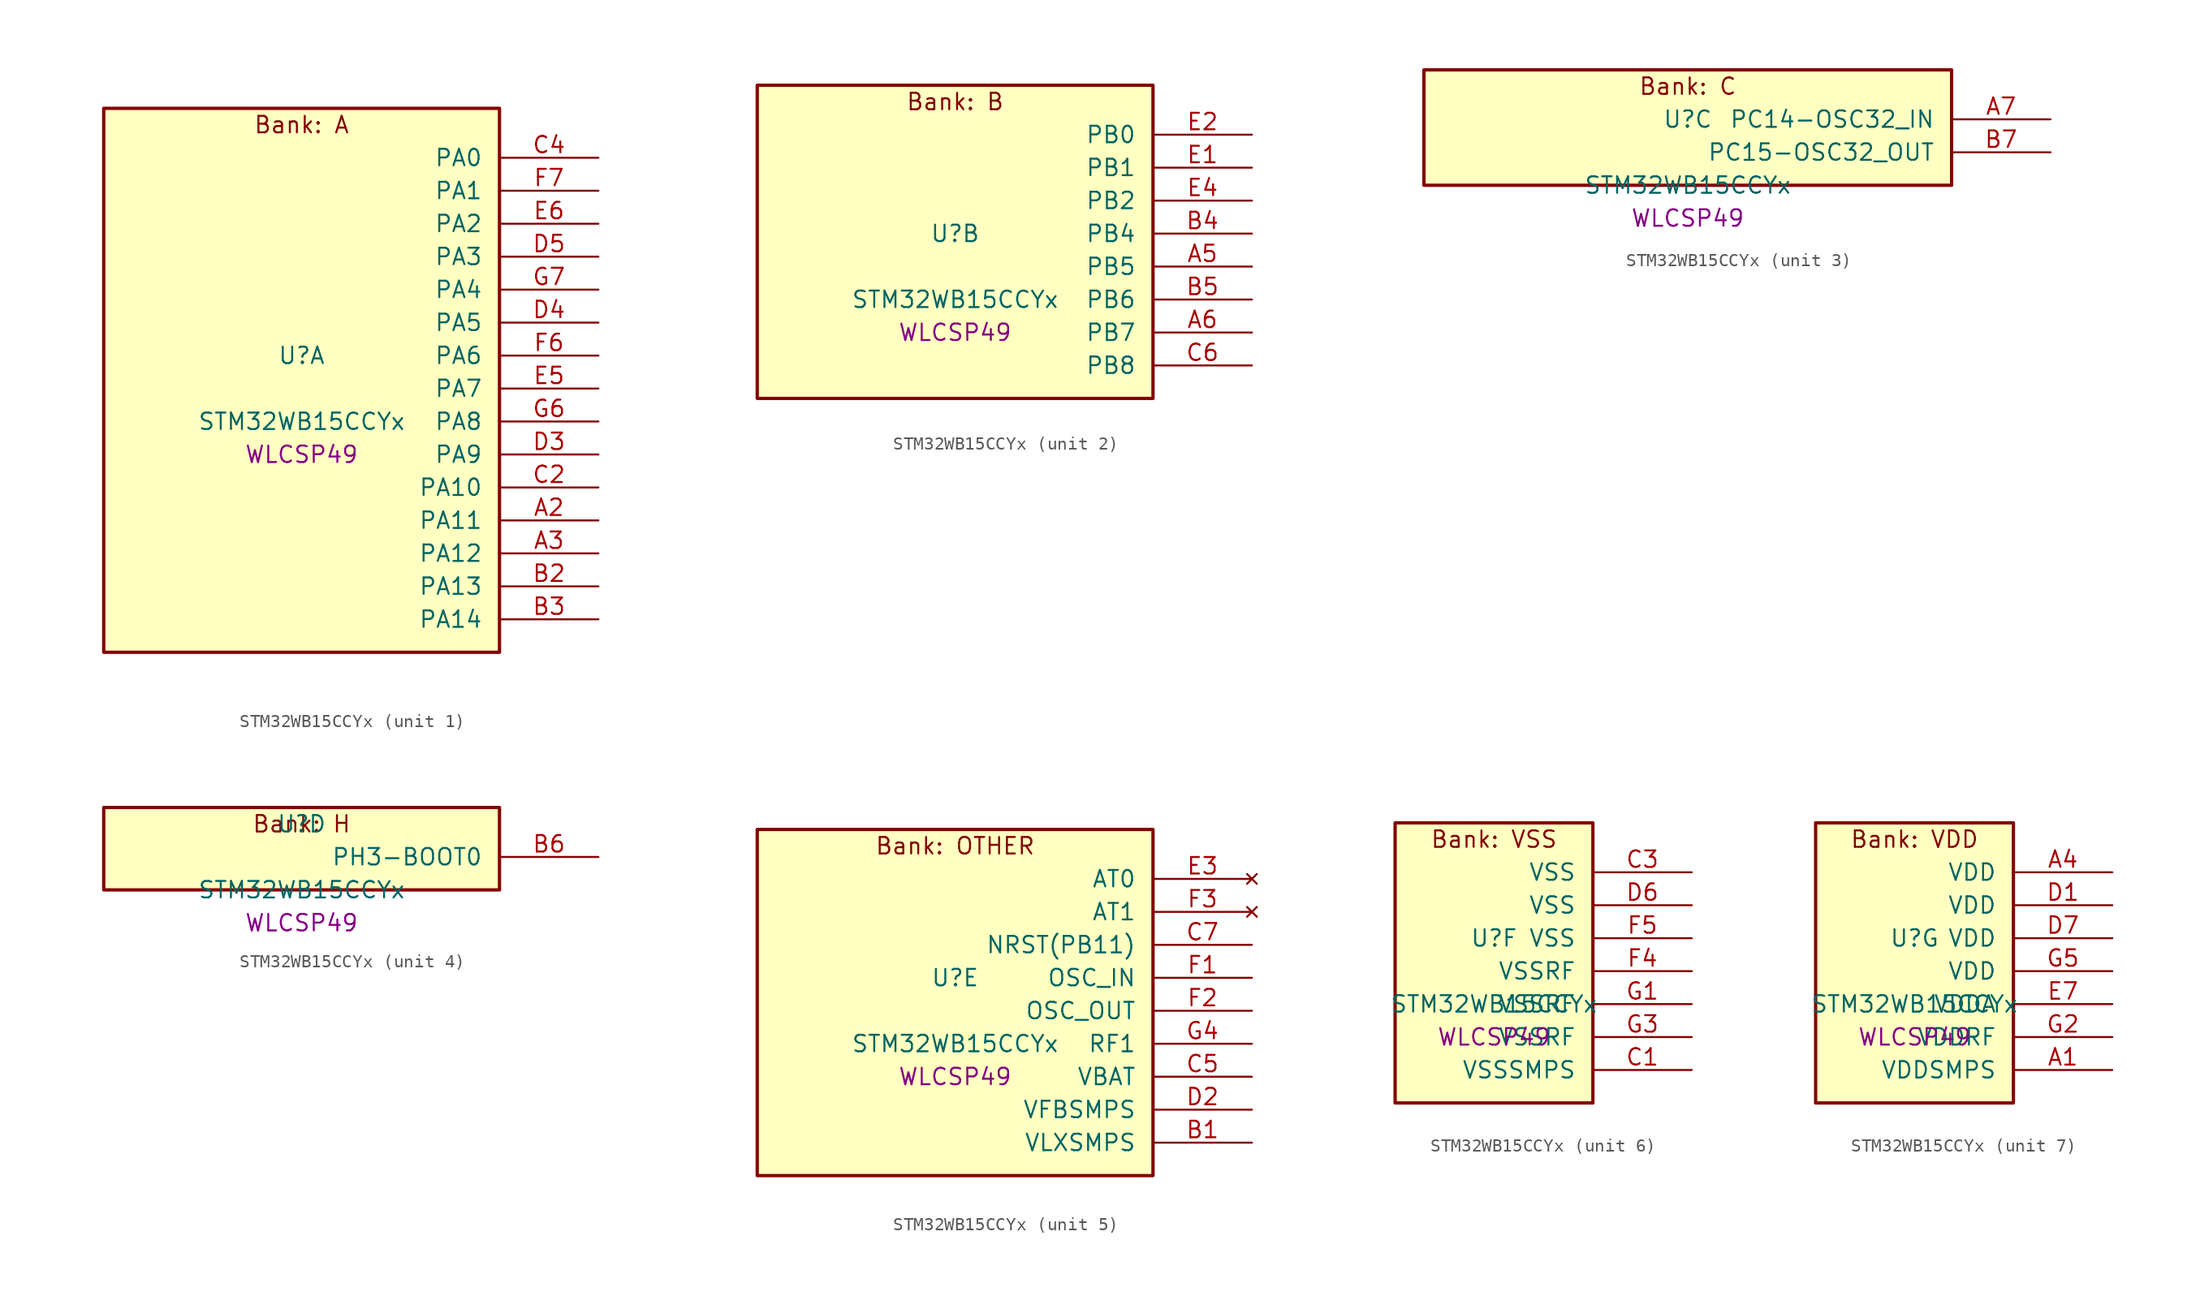
<source format=kicad_sym>
(kicad_symbol_lib
  (version 20241209)
  (generator "stm32_pkl_generator")
  (generator_version "1.0")
  (symbol "STM32WB15CCYx"
    (pin_names
      (offset 1.27))
    (property "Reference" "U"
      (at 0 2.54 0))
    (property "Value" "STM32WB15CCYx"
      (at 0 -2.54 0))
    (property "Footprint" "WLCSP49"
      (at 0 -5.08 0))
    (symbol "STM32WB15CCYx_1_1"
      (rectangle (start -15.24 21.59) (end 15.24 -20.32) (stroke (width 0.254) (type solid)) (fill (type background)))
      (text "Bank: A" (at 0 20.32 0))
      (pin bidirectional line (at 22.86 17.78 180) (length 7.62) (name "PA0") (number "C4") (alternate "PA0/ADC1_IN5" bidirectional line) (alternate "PA0/COMP1_INM" bidirectional line) (alternate "PA0/COMP1_OUT" bidirectional line) (alternate "PA0/RTC_TAMP2" bidirectional line) (alternate "PA0/SYS_WKUP1" bidirectional line) (alternate "PA0/TIM2_CH1" bidirectional line) (alternate "PA0/TIM2_ETR" bidirectional line))
      (pin bidirectional line (at 22.86 15.24 180) (length 7.62) (name "PA1") (number "F7") (alternate "PA1/ADC1_IN6" bidirectional line) (alternate "PA1/COMP1_INP" bidirectional line) (alternate "PA1/I2C1_SMBA" bidirectional line) (alternate "PA1/SPI1_SCK" bidirectional line) (alternate "PA1/TIM2_CH2" bidirectional line))
      (pin bidirectional line (at 22.86 12.7 180) (length 7.62) (name "PA2") (number "E6") (alternate "PA2/ADC1_IN7" bidirectional line) (alternate "PA2/LPUART1_TX" bidirectional line) (alternate "PA2/RCC_LSCO" bidirectional line) (alternate "PA2/SYS_WKUP4" bidirectional line) (alternate "PA2/TIM2_CH3" bidirectional line))
      (pin bidirectional line (at 22.86 10.16 180) (length 7.62) (name "PA3") (number "D5") (alternate "PA3/ADC1_IN8" bidirectional line) (alternate "PA3/LPUART1_RX" bidirectional line) (alternate "PA3/TIM2_CH4" bidirectional line))
      (pin bidirectional line (at 22.86 7.62 180) (length 7.62) (name "PA4") (number "G7") (alternate "PA4/ADC1_IN9" bidirectional line) (alternate "PA4/COMP1_INM" bidirectional line) (alternate "PA4/LPTIM2_OUT" bidirectional line) (alternate "PA4/SPI1_NSS" bidirectional line))
      (pin bidirectional line (at 22.86 5.08 180) (length 7.62) (name "PA5") (number "D4") (alternate "PA5/ADC1_IN10" bidirectional line) (alternate "PA5/COMP1_INM" bidirectional line) (alternate "PA5/LPTIM2_ETR" bidirectional line) (alternate "PA5/SPI1_MOSI" bidirectional line) (alternate "PA5/SPI1_SCK" bidirectional line) (alternate "PA5/TIM2_CH1" bidirectional line) (alternate "PA5/TIM2_ETR" bidirectional line))
      (pin bidirectional line (at 22.86 2.54 180) (length 7.62) (name "PA6") (number "F6") (alternate "PA6/ADC1_IN11" bidirectional line) (alternate "PA6/LPUART1_CTS" bidirectional line) (alternate "PA6/SPI1_MISO" bidirectional line) (alternate "PA6/TIM1_BKIN" bidirectional line))
      (pin bidirectional line (at 22.86 0 180) (length 7.62) (name "PA7") (number "E5") (alternate "PA7/ADC1_IN2" bidirectional line) (alternate "PA7/SPI1_MOSI" bidirectional line) (alternate "PA7/TIM1_CH1N" bidirectional line))
      (pin bidirectional line (at 22.86 -2.54 180) (length 7.62) (name "PA8") (number "G6") (alternate "PA8/ADC1_IN3" bidirectional line) (alternate "PA8/LPTIM2_OUT" bidirectional line) (alternate "PA8/RCC_MCO" bidirectional line) (alternate "PA8/TIM1_CH1" bidirectional line) (alternate "PA8/USART1_CK" bidirectional line))
      (pin bidirectional line (at 22.86 -5.08 180) (length 7.62) (name "PA9") (number "D3") (alternate "PA9/ADC1_IN4" bidirectional line) (alternate "PA9/COMP1_INM" bidirectional line) (alternate "PA9/I2C1_SCL" bidirectional line) (alternate "PA9/TIM1_CH2" bidirectional line) (alternate "PA9/USART1_TX" bidirectional line))
      (pin bidirectional line (at 22.86 -7.62 180) (length 7.62) (name "PA10") (number "C2") (alternate "PA10/I2C1_SDA" bidirectional line) (alternate "PA10/TIM1_CH3" bidirectional line) (alternate "PA10/TSC_G7_IO2" bidirectional line) (alternate "PA10/USART1_RX" bidirectional line))
      (pin bidirectional line (at 22.86 -10.16 180) (length 7.62) (name "PA11") (number "A2") (alternate "PA11/ADC1_EXTI11" bidirectional line) (alternate "PA11/SPI1_MISO" bidirectional line) (alternate "PA11/TIM1_BKIN2" bidirectional line) (alternate "PA11/TIM1_CH4" bidirectional line) (alternate "PA11/USART1_CTS" bidirectional line) (alternate "PA11/USART1_NSS" bidirectional line))
      (pin bidirectional line (at 22.86 -12.7 180) (length 7.62) (name "PA12") (number "A3") (alternate "PA12/LPUART1_RX" bidirectional line) (alternate "PA12/SPI1_MOSI" bidirectional line) (alternate "PA12/TIM1_ETR" bidirectional line) (alternate "PA12/USART1_DE" bidirectional line) (alternate "PA12/USART1_RTS" bidirectional line))
      (pin bidirectional line (at 22.86 -15.24 180) (length 7.62) (name "PA13") (number "B2") (alternate "PA13/SPI1_MOSI" bidirectional line) (alternate "PA13/SYS_JTMS-SWDIO" bidirectional line) (alternate "PA13/TSC_G7_IO1" bidirectional line))
      (pin bidirectional line (at 22.86 -17.78 180) (length 7.62) (name "PA14") (number "B3") (alternate "PA14/I2C1_SMBA" bidirectional line) (alternate "PA14/LPTIM1_OUT" bidirectional line) (alternate "PA14/SPI1_NSS" bidirectional line) (alternate "PA14/SYS_JTCK-SWCLK" bidirectional line)))
    (symbol "STM32WB15CCYx_2_1"
      (rectangle (start -15.24 13.97) (end 15.24 -10.16) (stroke (width 0.254) (type solid)) (fill (type background)))
      (text "Bank: B" (at 0 12.7 0))
      (pin bidirectional line (at 22.86 10.16 180) (length 7.62) (name "PB0") (number "E2") (alternate "PB0/COMP1_OUT" bidirectional line) (alternate "PB0/RF_TX_MOD_EXT_PA" bidirectional line))
      (pin bidirectional line (at 22.86 7.62 180) (length 7.62) (name "PB1") (number "E1") (alternate "PB1/LPTIM2_IN1" bidirectional line) (alternate "PB1/LPUART1_DE" bidirectional line) (alternate "PB1/LPUART1_RTS" bidirectional line))
      (pin bidirectional line (at 22.86 5.08 180) (length 7.62) (name "PB2") (number "E4") (alternate "PB2/COMP1_INP" bidirectional line) (alternate "PB2/LPTIM1_OUT" bidirectional line) (alternate "PB2/RTC_OUT" bidirectional line) (alternate "PB2/SPI1_NSS" bidirectional line))
      (pin bidirectional line (at 22.86 2.54 180) (length 7.62) (name "PB4") (number "B4") (alternate "PB4/SPI1_MISO" bidirectional line) (alternate "PB4/SYS_JTRST" bidirectional line) (alternate "PB4/TSC_G2_IO1" bidirectional line) (alternate "PB4/USART1_CTS" bidirectional line) (alternate "PB4/USART1_NSS" bidirectional line))
      (pin bidirectional line (at 22.86 0 180) (length 7.62) (name "PB5") (number "A5") (alternate "PB5/I2C1_SMBA" bidirectional line) (alternate "PB5/LPTIM1_IN1" bidirectional line) (alternate "PB5/LPUART1_TX" bidirectional line) (alternate "PB5/SPI1_MOSI" bidirectional line) (alternate "PB5/TSC_G2_IO2" bidirectional line) (alternate "PB5/USART1_CK" bidirectional line))
      (pin bidirectional line (at 22.86 -2.54 180) (length 7.62) (name "PB6") (number "B5") (alternate "PB6/I2C1_SCL" bidirectional line) (alternate "PB6/LPTIM1_ETR" bidirectional line) (alternate "PB6/RCC_MCO" bidirectional line) (alternate "PB6/SPI1_NSS" bidirectional line) (alternate "PB6/TSC_G2_IO3" bidirectional line) (alternate "PB6/USART1_TX" bidirectional line))
      (pin bidirectional line (at 22.86 -5.08 180) (length 7.62) (name "PB7") (number "A6") (alternate "PB7/I2C1_SDA" bidirectional line) (alternate "PB7/LPTIM1_IN2" bidirectional line) (alternate "PB7/SYS_PVD_IN" bidirectional line) (alternate "PB7/TIM1_BKIN" bidirectional line) (alternate "PB7/TIM1_CH3" bidirectional line) (alternate "PB7/TSC_G2_IO4" bidirectional line) (alternate "PB7/USART1_RX" bidirectional line))
      (pin bidirectional line (at 22.86 -7.62 180) (length 7.62) (name "PB8") (number "C6") (alternate "PB8/I2C1_SCL" bidirectional line) (alternate "PB8/TIM1_CH2N" bidirectional line) (alternate "PB8/TSC_G7_IO3" bidirectional line)))
    (symbol "STM32WB15CCYx_3_1"
      (rectangle (start -20.32 6.35) (end 20.32 -2.54) (stroke (width 0.254) (type solid)) (fill (type background)))
      (text "Bank: C" (at 0 5.08 0))
      (pin bidirectional line (at 27.94 2.54 180) (length 7.62) (name "PC14-OSC32_IN") (number "A7") (alternate "PC14-OSC32_IN/RCC_OSC32_IN" bidirectional line))
      (pin bidirectional line (at 27.94 0 180) (length 7.62) (name "PC15-OSC32_OUT") (number "B7") (alternate "PC15-OSC32_OUT/RCC_OSC32_OUT" bidirectional line)))
    (symbol "STM32WB15CCYx_4_1"
      (rectangle (start -15.24 3.81) (end 15.24 -2.54) (stroke (width 0.254) (type solid)) (fill (type background)))
      (text "Bank: H" (at 0 2.54 0))
      (pin bidirectional line (at 22.86 0 180) (length 7.62) (name "PH3-BOOT0") (number "B6") (alternate "PH3-BOOT0/RCC_LSCO" bidirectional line)))
    (symbol "STM32WB15CCYx_5_1"
      (rectangle (start -15.24 13.97) (end 15.24 -12.7) (stroke (width 0.254) (type solid)) (fill (type background)))
      (text "Bank: OTHER" (at 0 12.7 0))
      (pin no_connect line (at 22.86 10.16 180) (length 7.62) (name "AT0") (number "E3"))
      (pin no_connect line (at 22.86 7.62 180) (length 7.62) (name "AT1") (number "F3"))
      (pin input line (at 22.86 5.08 180) (length 7.62) (name "NRST(PB11)") (number "C7"))
      (pin bidirectional line (at 22.86 2.54 180) (length 7.62) (name "OSC_IN") (number "F1") (alternate "OSC_IN/RCC_OSC_IN" bidirectional line))
      (pin bidirectional line (at 22.86 0 180) (length 7.62) (name "OSC_OUT") (number "F2") (alternate "OSC_OUT/RCC_OSC_OUT" bidirectional line))
      (pin bidirectional line (at 22.86 -2.54 180) (length 7.62) (name "RF1") (number "G4") (alternate "RF1/RF_RF1" bidirectional line))
      (pin power_in line (at 22.86 -5.08 180) (length 7.62) (name "VBAT") (number "C5"))
      (pin power_in line (at 22.86 -7.62 180) (length 7.62) (name "VFBSMPS") (number "D2"))
      (pin power_in line (at 22.86 -10.16 180) (length 7.62) (name "VLXSMPS") (number "B1")))
    (symbol "STM32WB15CCYx_6_1"
      (rectangle (start -7.62 11.43) (end 7.62 -10.16) (stroke (width 0.254) (type solid)) (fill (type background)))
      (text "Bank: VSS" (at 0 10.16 0))
      (pin power_in line (at 15.24 7.62 180) (length 7.62) (name "VSS") (number "C3"))
      (pin power_in line (at 15.24 5.08 180) (length 7.62) (name "VSS") (number "D6"))
      (pin power_in line (at 15.24 2.54 180) (length 7.62) (name "VSS") (number "F5"))
      (pin power_in line (at 15.24 0 180) (length 7.62) (name "VSSRF") (number "F4"))
      (pin power_in line (at 15.24 -2.54 180) (length 7.62) (name "VSSRF") (number "G1"))
      (pin power_in line (at 15.24 -5.08 180) (length 7.62) (name "VSSRF") (number "G3"))
      (pin power_in line (at 15.24 -7.62 180) (length 7.62) (name "VSSSMPS") (number "C1")))
    (symbol "STM32WB15CCYx_7_1"
      (rectangle (start -7.62 11.43) (end 7.62 -10.16) (stroke (width 0.254) (type solid)) (fill (type background)))
      (text "Bank: VDD" (at 0 10.16 0))
      (pin power_in line (at 15.24 7.62 180) (length 7.62) (name "VDD") (number "A4"))
      (pin power_in line (at 15.24 5.08 180) (length 7.62) (name "VDD") (number "D1"))
      (pin power_in line (at 15.24 2.54 180) (length 7.62) (name "VDD") (number "D7"))
      (pin power_in line (at 15.24 0 180) (length 7.62) (name "VDD") (number "G5"))
      (pin power_in line (at 15.24 -2.54 180) (length 7.62) (name "VDDA") (number "E7"))
      (pin power_in line (at 15.24 -5.08 180) (length 7.62) (name "VDDRF") (number "G2"))
      (pin power_in line (at 15.24 -7.62 180) (length 7.62) (name "VDDSMPS") (number "A1")))))
</source>
